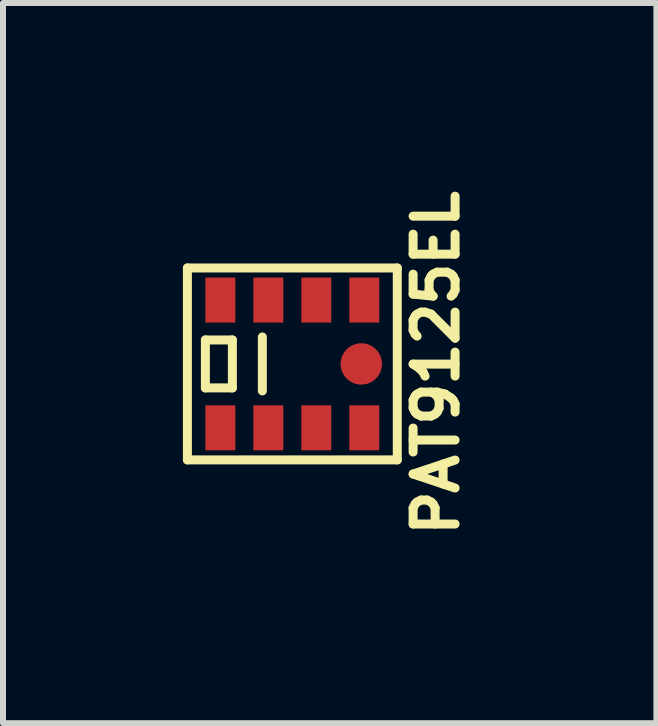
<source format=kicad_pcb>
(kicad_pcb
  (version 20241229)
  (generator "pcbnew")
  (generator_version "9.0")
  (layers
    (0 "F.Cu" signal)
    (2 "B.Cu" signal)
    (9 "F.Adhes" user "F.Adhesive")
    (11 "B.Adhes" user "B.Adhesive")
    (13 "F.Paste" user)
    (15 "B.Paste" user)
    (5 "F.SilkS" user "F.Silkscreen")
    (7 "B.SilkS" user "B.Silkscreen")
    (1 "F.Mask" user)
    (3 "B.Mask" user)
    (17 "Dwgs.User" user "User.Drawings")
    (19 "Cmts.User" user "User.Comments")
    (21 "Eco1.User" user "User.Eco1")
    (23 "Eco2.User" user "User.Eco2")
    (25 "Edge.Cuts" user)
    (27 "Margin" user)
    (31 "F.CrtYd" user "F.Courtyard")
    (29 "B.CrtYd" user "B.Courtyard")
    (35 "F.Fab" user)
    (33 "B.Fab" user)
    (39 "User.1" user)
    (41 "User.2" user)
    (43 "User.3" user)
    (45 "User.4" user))
  (footprint "PAT9125EL"
    (layer "F.Cu")
    (at 1.825 3.019)
    (property "Reference" "PAT9125EL" (at 2.398 -0.014 90) (layer "F.SilkS") (effects (font (size 0.7 0.7) (thickness 0.15))))
    (attr through_hole)
    (fp_line (start -1.75 -1.6) (end 1.75 -1.6) (stroke (width 0.15) (type solid)) (layer "F.SilkS"))
    (fp_line (start -1.75 1.6) (end -1.75 -1.6) (stroke (width 0.15) (type solid)) (layer "F.SilkS"))
    (fp_line (start -1.45 -0.4) (end -1.45 0.4) (stroke (width 0.15) (type solid)) (layer "F.SilkS"))
    (fp_line (start -1.45 0.4) (end -1 0.4) (stroke (width 0.15) (type solid)) (layer "F.SilkS"))
    (fp_line (start -1 -0.4) (end -1.45 -0.4) (stroke (width 0.15) (type solid)) (layer "F.SilkS"))
    (fp_line (start -1 0.4) (end -1 -0.4) (stroke (width 0.15) (type solid)) (layer "F.SilkS"))
    (fp_line (start -0.5 -0.45) (end -0.5 0.45) (stroke (width 0.15) (type solid)) (layer "F.SilkS"))
    (fp_line (start 1.75 -1.6) (end 1.75 1.6) (stroke (width 0.15) (type solid)) (layer "F.SilkS"))
    (fp_line (start 1.75 1.6) (end -1.75 1.6) (stroke (width 0.15) (type solid)) (layer "F.SilkS"))
    (pad "1" smd rect (at -1.2 1.065) (size 0.5 0.75) (layers "F.Cu" "F.Mask" "F.Paste"))
    (pad "2" smd rect (at -0.4 1.065) (size 0.5 0.75) (layers "F.Cu" "F.Mask" "F.Paste"))
    (pad "3" smd rect (at 0.4 1.065) (size 0.5 0.75) (layers "F.Cu" "F.Mask" "F.Paste"))
    (pad "4" smd rect (at 1.2 1.065) (size 0.5 0.75) (layers "F.Cu" "F.Mask" "F.Paste"))
    (pad "5" smd rect (at 1.2 -1.065) (size 0.5 0.75) (layers "F.Cu" "F.Mask" "F.Paste"))
    (pad "6" smd rect (at 0.4 -1.065) (size 0.5 0.75) (layers "F.Cu" "F.Mask" "F.Paste"))
    (pad "7" smd rect (at -0.4 -1.065) (size 0.5 0.75) (layers "F.Cu" "F.Mask" "F.Paste"))
    (pad "8" smd rect (at -1.2 -1.065) (size 0.5 0.75) (layers "F.Cu" "F.Mask" "F.Paste"))
    (pad "9" smd circle (at 1.15 0) (size 0.69 0.69) (layers "F.Cu" "F.Mask" "F.Paste")))
  (gr_rect
    (start -3 -3)
    (end 7.896 9.01)
    (stroke (width 0.1) (type default))
    (fill no)
    (layer "Edge.Cuts")))
</source>
